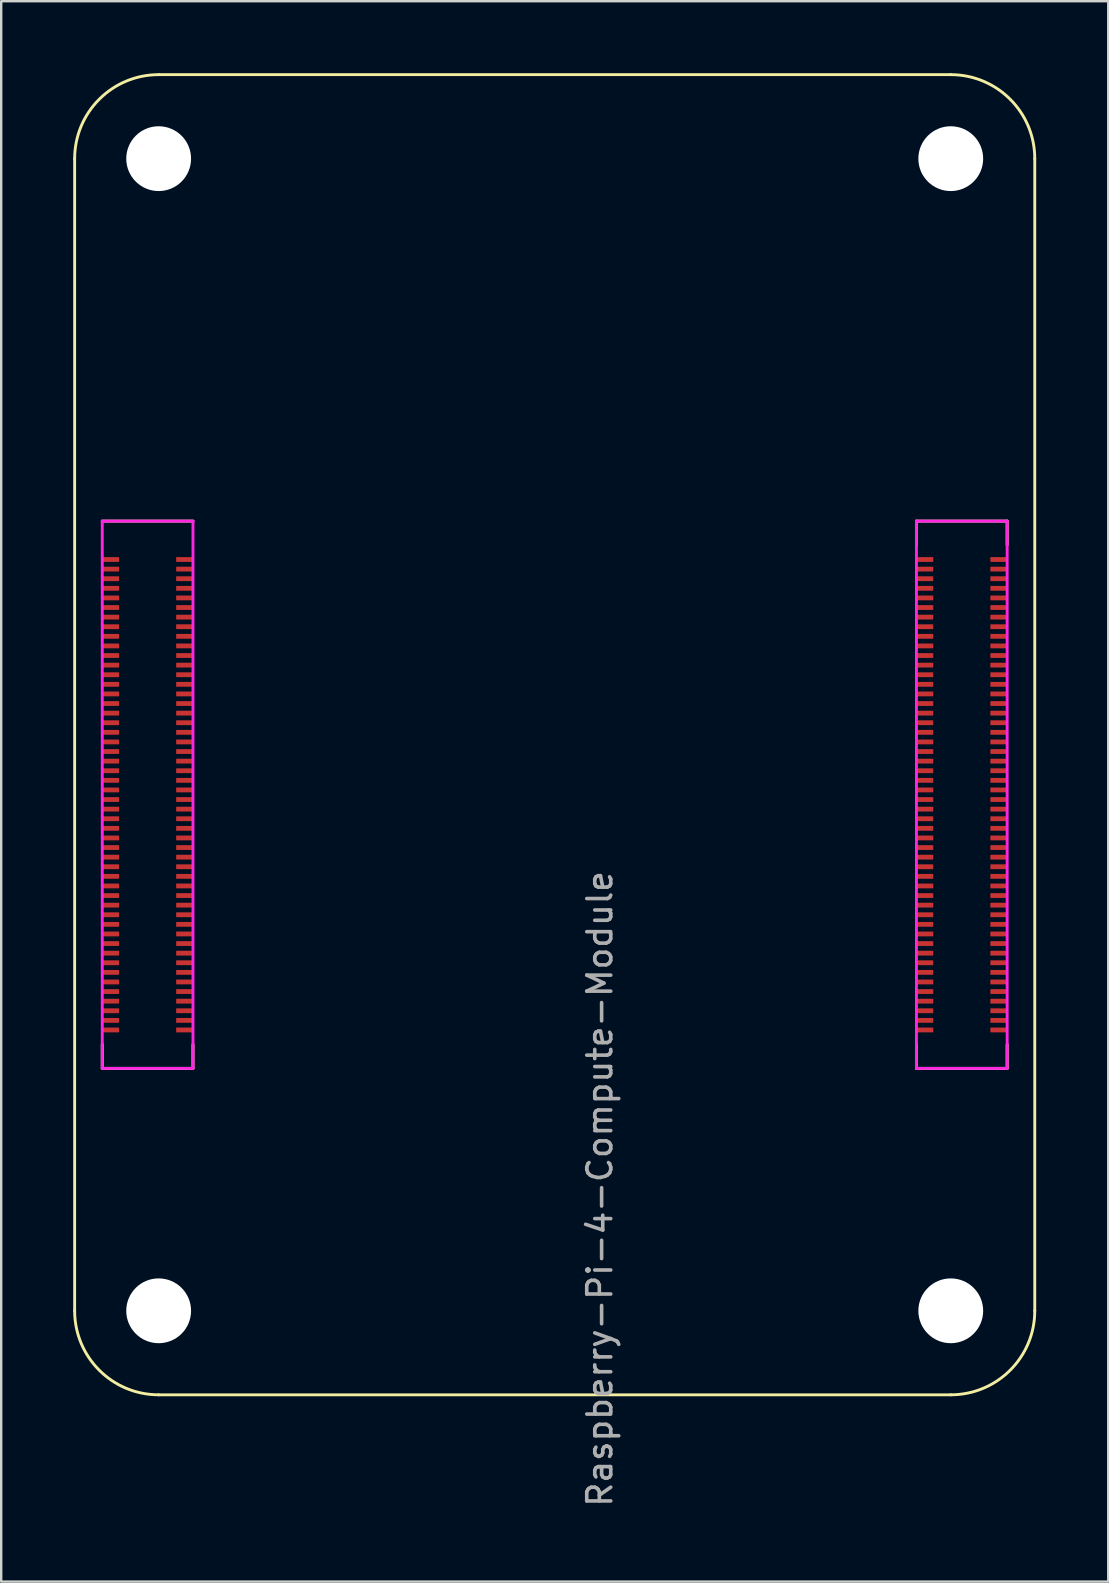
<source format=kicad_pcb>
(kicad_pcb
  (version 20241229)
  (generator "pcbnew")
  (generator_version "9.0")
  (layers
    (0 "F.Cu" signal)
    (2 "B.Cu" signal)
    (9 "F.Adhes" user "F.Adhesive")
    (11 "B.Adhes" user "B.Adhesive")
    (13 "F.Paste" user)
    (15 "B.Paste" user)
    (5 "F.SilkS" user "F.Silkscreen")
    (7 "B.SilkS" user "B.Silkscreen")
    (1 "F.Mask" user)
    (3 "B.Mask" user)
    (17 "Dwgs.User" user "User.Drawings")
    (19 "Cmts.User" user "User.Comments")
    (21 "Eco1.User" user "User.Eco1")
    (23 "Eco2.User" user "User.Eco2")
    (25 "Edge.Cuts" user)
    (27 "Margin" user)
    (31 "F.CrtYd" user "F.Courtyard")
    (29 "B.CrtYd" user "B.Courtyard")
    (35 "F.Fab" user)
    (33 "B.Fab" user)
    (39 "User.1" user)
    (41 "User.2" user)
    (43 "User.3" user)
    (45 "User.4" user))
  (footprint "Raspberry-Pi-4-Compute-Module"
    (layer "F.Cu")
    (at 3.56 51.56)
    (property "Reference" "Raspberry-Pi-4-Compute-Module" (at 18.38 -5.08 270) (layer "F.Fab") (effects (font (size 1 1) (thickness 0.15))))
    (attr smd)
    (fp_line (start -3.5 -48) (end -3.5 0) (stroke (width 0.12) (type solid)) (layer "F.SilkS"))
    (fp_line (start -2.35 -32.9) (end 1.43 -32.9) (stroke (width 0.12) (type solid)) (layer "F.SilkS"))
    (fp_line (start -2.35 -10.1) (end -2.35 -11.1) (stroke (width 0.12) (type solid)) (layer "F.SilkS"))
    (fp_line (start -2.35 -10.1) (end 1.43 -10.1) (stroke (width 0.12) (type solid)) (layer "F.SilkS"))
    (fp_line (start 0 3.5) (end 33 3.5) (stroke (width 0.12) (type solid)) (layer "F.SilkS"))
    (fp_line (start 1.43 -10.1) (end 1.43 -11.1) (stroke (width 0.12) (type solid)) (layer "F.SilkS"))
    (fp_line (start 31.57 -32.9) (end 31.57 -31.9) (stroke (width 0.12) (type solid)) (layer "F.SilkS"))
    (fp_line (start 31.57 -32.9) (end 35.35 -32.9) (stroke (width 0.12) (type solid)) (layer "F.SilkS"))
    (fp_line (start 31.57 -10.1) (end 31.57 -11.1) (stroke (width 0.12) (type solid)) (layer "F.SilkS"))
    (fp_line (start 31.57 -10.1) (end 35.35 -10.1) (stroke (width 0.12) (type solid)) (layer "F.SilkS"))
    (fp_line (start 33 -51.5) (end 0 -51.5) (stroke (width 0.12) (type solid)) (layer "F.SilkS"))
    (fp_line (start 35.35 -32.9) (end 35.35 -31.9) (stroke (width 0.12) (type solid)) (layer "F.SilkS"))
    (fp_line (start 35.35 -10.1) (end 35.35 -11.1) (stroke (width 0.12) (type solid)) (layer "F.SilkS"))
    (fp_line (start 36.5 0) (end 36.5 -48) (stroke (width 0.12) (type solid)) (layer "F.SilkS"))
    (fp_arc (start -3.5 -48) (mid -2.474874 -50.474874) (end 0 -51.5) (stroke (width 0.12) (type solid)) (layer "F.SilkS"))
    (fp_arc (start 0 3.5) (mid -2.474874 2.474874) (end -3.5 0) (stroke (width 0.12) (type solid)) (layer "F.SilkS"))
    (fp_arc (start 33 -51.5) (mid 35.474874 -50.474874) (end 36.5 -48) (stroke (width 0.12) (type solid)) (layer "F.SilkS"))
    (fp_arc (start 36.5 0) (mid 35.474874 2.474874) (end 33 3.5) (stroke (width 0.12) (type solid)) (layer "F.SilkS"))
    (fp_line (start -2.35 -32.9) (end 1.43 -32.9) (stroke (width 0.12) (type solid)) (layer "F.CrtYd"))
    (fp_line (start -2.35 -10.1) (end -2.35 -32.9) (stroke (width 0.12) (type solid)) (layer "F.CrtYd"))
    (fp_line (start 1.43 -32.9) (end 1.43 -10.1) (stroke (width 0.12) (type solid)) (layer "F.CrtYd"))
    (fp_line (start 1.43 -10.1) (end -2.35 -10.1) (stroke (width 0.12) (type solid)) (layer "F.CrtYd"))
    (fp_line (start 31.57 -32.9) (end 35.35 -32.9) (stroke (width 0.12) (type solid)) (layer "F.CrtYd"))
    (fp_line (start 31.57 -10.1) (end 31.57 -32.9) (stroke (width 0.12) (type solid)) (layer "F.CrtYd"))
    (fp_line (start 35.35 -32.9) (end 35.35 -10.1) (stroke (width 0.12) (type solid)) (layer "F.CrtYd"))
    (fp_line (start 35.35 -10.1) (end 31.57 -10.1) (stroke (width 0.12) (type solid)) (layer "F.CrtYd"))
    (pad "" np_thru_hole circle (at 0 -48) (size 2.7 2.7) (drill 2.7) (layers "*.Cu" "*.Mask"))
    (pad "" np_thru_hole circle (at 0 0) (size 2.7 2.7) (drill 2.7) (layers "*.Cu" "*.Mask"))
    (pad "" np_thru_hole circle (at 33 -48) (size 2.7 2.7) (drill 2.7) (layers "*.Cu" "*.Mask"))
    (pad "" np_thru_hole circle (at 33 0) (size 2.7 2.7) (drill 2.7) (layers "*.Cu" "*.Mask"))
    (pad "1" smd rect (at -2 -31.3 270) (size 0.2 0.7) (layers "F.Cu" "F.Mask" "F.Paste"))
    (pad "2" smd rect (at 1.08 -31.3 270) (size 0.2 0.7) (layers "F.Cu" "F.Mask" "F.Paste"))
    (pad "3" smd rect (at -2 -30.9 270) (size 0.2 0.7) (layers "F.Cu" "F.Mask" "F.Paste"))
    (pad "4" smd rect (at 1.08 -30.9 270) (size 0.2 0.7) (layers "F.Cu" "F.Mask" "F.Paste"))
    (pad "5" smd rect (at -2 -30.5 270) (size 0.2 0.7) (layers "F.Cu" "F.Mask" "F.Paste"))
    (pad "6" smd rect (at 1.08 -30.5 270) (size 0.2 0.7) (layers "F.Cu" "F.Mask" "F.Paste"))
    (pad "7" smd rect (at -2 -30.1 270) (size 0.2 0.7) (layers "F.Cu" "F.Mask" "F.Paste"))
    (pad "8" smd rect (at 1.08 -30.1 270) (size 0.2 0.7) (layers "F.Cu" "F.Mask" "F.Paste"))
    (pad "9" smd rect (at -2 -29.7 270) (size 0.2 0.7) (layers "F.Cu" "F.Mask" "F.Paste"))
    (pad "10" smd rect (at 1.08 -29.7 270) (size 0.2 0.7) (layers "F.Cu" "F.Mask" "F.Paste"))
    (pad "11" smd rect (at -2 -29.3 270) (size 0.2 0.7) (layers "F.Cu" "F.Mask" "F.Paste"))
    (pad "12" smd rect (at 1.08 -29.3 270) (size 0.2 0.7) (layers "F.Cu" "F.Mask" "F.Paste"))
    (pad "13" smd rect (at -2 -28.9 270) (size 0.2 0.7) (layers "F.Cu" "F.Mask" "F.Paste"))
    (pad "14" smd rect (at 1.08 -28.9 270) (size 0.2 0.7) (layers "F.Cu" "F.Mask" "F.Paste"))
    (pad "15" smd rect (at -2 -28.5 270) (size 0.2 0.7) (layers "F.Cu" "F.Mask" "F.Paste"))
    (pad "16" smd rect (at 1.08 -28.5 270) (size 0.2 0.7) (layers "F.Cu" "F.Mask" "F.Paste"))
    (pad "17" smd rect (at -2 -28.1 270) (size 0.2 0.7) (layers "F.Cu" "F.Mask" "F.Paste"))
    (pad "18" smd rect (at 1.08 -28.1 270) (size 0.2 0.7) (layers "F.Cu" "F.Mask" "F.Paste"))
    (pad "19" smd rect (at -2 -27.7 270) (size 0.2 0.7) (layers "F.Cu" "F.Mask" "F.Paste"))
    (pad "20" smd rect (at 1.08 -27.7 270) (size 0.2 0.7) (layers "F.Cu" "F.Mask" "F.Paste"))
    (pad "21" smd rect (at -2 -27.3 270) (size 0.2 0.7) (layers "F.Cu" "F.Mask" "F.Paste"))
    (pad "22" smd rect (at 1.08 -27.3 270) (size 0.2 0.7) (layers "F.Cu" "F.Mask" "F.Paste"))
    (pad "23" smd rect (at -2 -26.9 270) (size 0.2 0.7) (layers "F.Cu" "F.Mask" "F.Paste"))
    (pad "24" smd rect (at 1.08 -26.9 270) (size 0.2 0.7) (layers "F.Cu" "F.Mask" "F.Paste"))
    (pad "25" smd rect (at -2 -26.5 270) (size 0.2 0.7) (layers "F.Cu" "F.Mask" "F.Paste"))
    (pad "26" smd rect (at 1.08 -26.5 270) (size 0.2 0.7) (layers "F.Cu" "F.Mask" "F.Paste"))
    (pad "27" smd rect (at -2 -26.1 270) (size 0.2 0.7) (layers "F.Cu" "F.Mask" "F.Paste"))
    (pad "28" smd rect (at 1.08 -26.1 270) (size 0.2 0.7) (layers "F.Cu" "F.Mask" "F.Paste"))
    (pad "29" smd rect (at -2 -25.7 270) (size 0.2 0.7) (layers "F.Cu" "F.Mask" "F.Paste"))
    (pad "30" smd rect (at 1.08 -25.7 270) (size 0.2 0.7) (layers "F.Cu" "F.Mask" "F.Paste"))
    (pad "31" smd rect (at -2 -25.3 270) (size 0.2 0.7) (layers "F.Cu" "F.Mask" "F.Paste"))
    (pad "32" smd rect (at 1.08 -25.3 270) (size 0.2 0.7) (layers "F.Cu" "F.Mask" "F.Paste"))
    (pad "33" smd rect (at -2 -24.9 270) (size 0.2 0.7) (layers "F.Cu" "F.Mask" "F.Paste"))
    (pad "34" smd rect (at 1.08 -24.9 270) (size 0.2 0.7) (layers "F.Cu" "F.Mask" "F.Paste"))
    (pad "35" smd rect (at -2 -24.5 270) (size 0.2 0.7) (layers "F.Cu" "F.Mask" "F.Paste"))
    (pad "36" smd rect (at 1.08 -24.5 270) (size 0.2 0.7) (layers "F.Cu" "F.Mask" "F.Paste"))
    (pad "37" smd rect (at -2 -24.1 270) (size 0.2 0.7) (layers "F.Cu" "F.Mask" "F.Paste"))
    (pad "38" smd rect (at 1.08 -24.1 270) (size 0.2 0.7) (layers "F.Cu" "F.Mask" "F.Paste"))
    (pad "39" smd rect (at -2 -23.7 270) (size 0.2 0.7) (layers "F.Cu" "F.Mask" "F.Paste"))
    (pad "40" smd rect (at 1.08 -23.7 270) (size 0.2 0.7) (layers "F.Cu" "F.Mask" "F.Paste"))
    (pad "41" smd rect (at -2 -23.3 270) (size 0.2 0.7) (layers "F.Cu" "F.Mask" "F.Paste"))
    (pad "42" smd rect (at 1.08 -23.3 270) (size 0.2 0.7) (layers "F.Cu" "F.Mask" "F.Paste"))
    (pad "43" smd rect (at -2 -22.9 270) (size 0.2 0.7) (layers "F.Cu" "F.Mask" "F.Paste"))
    (pad "44" smd rect (at 1.08 -22.9 270) (size 0.2 0.7) (layers "F.Cu" "F.Mask" "F.Paste"))
    (pad "45" smd rect (at -2 -22.5 270) (size 0.2 0.7) (layers "F.Cu" "F.Mask" "F.Paste"))
    (pad "46" smd rect (at 1.08 -22.5 270) (size 0.2 0.7) (layers "F.Cu" "F.Mask" "F.Paste"))
    (pad "47" smd rect (at -2 -22.1 270) (size 0.2 0.7) (layers "F.Cu" "F.Mask" "F.Paste"))
    (pad "48" smd rect (at 1.08 -22.1 270) (size 0.2 0.7) (layers "F.Cu" "F.Mask" "F.Paste"))
    (pad "49" smd rect (at -2 -21.7 270) (size 0.2 0.7) (layers "F.Cu" "F.Mask" "F.Paste"))
    (pad "50" smd rect (at 1.08 -21.7 270) (size 0.2 0.7) (layers "F.Cu" "F.Mask" "F.Paste"))
    (pad "51" smd rect (at -2 -21.3 270) (size 0.2 0.7) (layers "F.Cu" "F.Mask" "F.Paste"))
    (pad "52" smd rect (at 1.08 -21.3 270) (size 0.2 0.7) (layers "F.Cu" "F.Mask" "F.Paste"))
    (pad "53" smd rect (at -2 -20.9 270) (size 0.2 0.7) (layers "F.Cu" "F.Mask" "F.Paste"))
    (pad "54" smd rect (at 1.08 -20.9 270) (size 0.2 0.7) (layers "F.Cu" "F.Mask" "F.Paste"))
    (pad "55" smd rect (at -2 -20.5 270) (size 0.2 0.7) (layers "F.Cu" "F.Mask" "F.Paste"))
    (pad "56" smd rect (at 1.08 -20.5 270) (size 0.2 0.7) (layers "F.Cu" "F.Mask" "F.Paste"))
    (pad "57" smd rect (at -2 -20.1 270) (size 0.2 0.7) (layers "F.Cu" "F.Mask" "F.Paste"))
    (pad "58" smd rect (at 1.08 -20.1 270) (size 0.2 0.7) (layers "F.Cu" "F.Mask" "F.Paste"))
    (pad "59" smd rect (at -2 -19.7 270) (size 0.2 0.7) (layers "F.Cu" "F.Mask" "F.Paste"))
    (pad "60" smd rect (at 1.08 -19.7 270) (size 0.2 0.7) (layers "F.Cu" "F.Mask" "F.Paste"))
    (pad "61" smd rect (at -2 -19.3 270) (size 0.2 0.7) (layers "F.Cu" "F.Mask" "F.Paste"))
    (pad "62" smd rect (at 1.08 -19.3 270) (size 0.2 0.7) (layers "F.Cu" "F.Mask" "F.Paste"))
    (pad "63" smd rect (at -2 -18.9 270) (size 0.2 0.7) (layers "F.Cu" "F.Mask" "F.Paste"))
    (pad "64" smd rect (at 1.08 -18.9 270) (size 0.2 0.7) (layers "F.Cu" "F.Mask" "F.Paste"))
    (pad "65" smd rect (at -2 -18.5 270) (size 0.2 0.7) (layers "F.Cu" "F.Mask" "F.Paste"))
    (pad "66" smd rect (at 1.08 -18.5 270) (size 0.2 0.7) (layers "F.Cu" "F.Mask" "F.Paste"))
    (pad "67" smd rect (at -2 -18.1 270) (size 0.2 0.7) (layers "F.Cu" "F.Mask" "F.Paste"))
    (pad "68" smd rect (at 1.08 -18.1 270) (size 0.2 0.7) (layers "F.Cu" "F.Mask" "F.Paste"))
    (pad "69" smd rect (at -2 -17.7 270) (size 0.2 0.7) (layers "F.Cu" "F.Mask" "F.Paste"))
    (pad "70" smd rect (at 1.08 -17.7 270) (size 0.2 0.7) (layers "F.Cu" "F.Mask" "F.Paste"))
    (pad "71" smd rect (at -2 -17.3 270) (size 0.2 0.7) (layers "F.Cu" "F.Mask" "F.Paste"))
    (pad "72" smd rect (at 1.08 -17.3 270) (size 0.2 0.7) (layers "F.Cu" "F.Mask" "F.Paste"))
    (pad "73" smd rect (at -2 -16.9 270) (size 0.2 0.7) (layers "F.Cu" "F.Mask" "F.Paste"))
    (pad "74" smd rect (at 1.08 -16.9 270) (size 0.2 0.7) (layers "F.Cu" "F.Mask" "F.Paste"))
    (pad "75" smd rect (at -2 -16.5 270) (size 0.2 0.7) (layers "F.Cu" "F.Mask" "F.Paste"))
    (pad "76" smd rect (at 1.08 -16.5 270) (size 0.2 0.7) (layers "F.Cu" "F.Mask" "F.Paste"))
    (pad "77" smd rect (at -2 -16.1 270) (size 0.2 0.7) (layers "F.Cu" "F.Mask" "F.Paste"))
    (pad "78" smd rect (at 1.08 -16.1 270) (size 0.2 0.7) (layers "F.Cu" "F.Mask" "F.Paste"))
    (pad "79" smd rect (at -2 -15.7 270) (size 0.2 0.7) (layers "F.Cu" "F.Mask" "F.Paste"))
    (pad "80" smd rect (at 1.08 -15.7 270) (size 0.2 0.7) (layers "F.Cu" "F.Mask" "F.Paste"))
    (pad "81" smd rect (at -2 -15.3 270) (size 0.2 0.7) (layers "F.Cu" "F.Mask" "F.Paste"))
    (pad "82" smd rect (at 1.08 -15.3 270) (size 0.2 0.7) (layers "F.Cu" "F.Mask" "F.Paste"))
    (pad "83" smd rect (at -2 -14.9 270) (size 0.2 0.7) (layers "F.Cu" "F.Mask" "F.Paste"))
    (pad "84" smd rect (at 1.08 -14.9 270) (size 0.2 0.7) (layers "F.Cu" "F.Mask" "F.Paste"))
    (pad "85" smd rect (at -2 -14.5 270) (size 0.2 0.7) (layers "F.Cu" "F.Mask" "F.Paste"))
    (pad "86" smd rect (at 1.08 -14.5 270) (size 0.2 0.7) (layers "F.Cu" "F.Mask" "F.Paste"))
    (pad "87" smd rect (at -2 -14.1 270) (size 0.2 0.7) (layers "F.Cu" "F.Mask" "F.Paste"))
    (pad "88" smd rect (at 1.08 -14.1 270) (size 0.2 0.7) (layers "F.Cu" "F.Mask" "F.Paste"))
    (pad "89" smd rect (at -2 -13.7 270) (size 0.2 0.7) (layers "F.Cu" "F.Mask" "F.Paste"))
    (pad "90" smd rect (at 1.08 -13.7 270) (size 0.2 0.7) (layers "F.Cu" "F.Mask" "F.Paste"))
    (pad "91" smd rect (at -2 -13.3 270) (size 0.2 0.7) (layers "F.Cu" "F.Mask" "F.Paste"))
    (pad "92" smd rect (at 1.08 -13.3 270) (size 0.2 0.7) (layers "F.Cu" "F.Mask" "F.Paste"))
    (pad "93" smd rect (at -2 -12.9 270) (size 0.2 0.7) (layers "F.Cu" "F.Mask" "F.Paste"))
    (pad "94" smd rect (at 1.08 -12.9 270) (size 0.2 0.7) (layers "F.Cu" "F.Mask" "F.Paste"))
    (pad "95" smd rect (at -2 -12.5 270) (size 0.2 0.7) (layers "F.Cu" "F.Mask" "F.Paste"))
    (pad "96" smd rect (at 1.08 -12.5 270) (size 0.2 0.7) (layers "F.Cu" "F.Mask" "F.Paste"))
    (pad "97" smd rect (at -2 -12.1 270) (size 0.2 0.7) (layers "F.Cu" "F.Mask" "F.Paste"))
    (pad "98" smd rect (at 1.08 -12.1 270) (size 0.2 0.7) (layers "F.Cu" "F.Mask" "F.Paste"))
    (pad "99" smd rect (at -2 -11.7 270) (size 0.2 0.7) (layers "F.Cu" "F.Mask" "F.Paste"))
    (pad "100" smd rect (at 1.08 -11.7 270) (size 0.2 0.7) (layers "F.Cu" "F.Mask" "F.Paste"))
    (pad "101" smd rect (at 31.92 -31.3 270) (size 0.2 0.7) (layers "F.Cu" "F.Mask" "F.Paste"))
    (pad "102" smd rect (at 35 -31.3 270) (size 0.2 0.7) (layers "F.Cu" "F.Mask" "F.Paste"))
    (pad "103" smd rect (at 31.92 -30.9 270) (size 0.2 0.7) (layers "F.Cu" "F.Mask" "F.Paste"))
    (pad "104" smd rect (at 35 -30.9 270) (size 0.2 0.7) (layers "F.Cu" "F.Mask" "F.Paste"))
    (pad "105" smd rect (at 31.92 -30.5 270) (size 0.2 0.7) (layers "F.Cu" "F.Mask" "F.Paste"))
    (pad "106" smd rect (at 35 -30.5 270) (size 0.2 0.7) (layers "F.Cu" "F.Mask" "F.Paste"))
    (pad "107" smd rect (at 31.92 -30.1 270) (size 0.2 0.7) (layers "F.Cu" "F.Mask" "F.Paste"))
    (pad "108" smd rect (at 35 -30.1 270) (size 0.2 0.7) (layers "F.Cu" "F.Mask" "F.Paste"))
    (pad "109" smd rect (at 31.92 -29.7 270) (size 0.2 0.7) (layers "F.Cu" "F.Mask" "F.Paste"))
    (pad "110" smd rect (at 35 -29.7 270) (size 0.2 0.7) (layers "F.Cu" "F.Mask" "F.Paste"))
    (pad "111" smd rect (at 31.92 -29.3 270) (size 0.2 0.7) (layers "F.Cu" "F.Mask" "F.Paste"))
    (pad "112" smd rect (at 35 -29.3 270) (size 0.2 0.7) (layers "F.Cu" "F.Mask" "F.Paste"))
    (pad "113" smd rect (at 31.92 -28.9 270) (size 0.2 0.7) (layers "F.Cu" "F.Mask" "F.Paste"))
    (pad "114" smd rect (at 35 -28.9 270) (size 0.2 0.7) (layers "F.Cu" "F.Mask" "F.Paste"))
    (pad "115" smd rect (at 31.92 -28.5 270) (size 0.2 0.7) (layers "F.Cu" "F.Mask" "F.Paste"))
    (pad "116" smd rect (at 35 -28.5 270) (size 0.2 0.7) (layers "F.Cu" "F.Mask" "F.Paste"))
    (pad "117" smd rect (at 31.92 -28.1 270) (size 0.2 0.7) (layers "F.Cu" "F.Mask" "F.Paste"))
    (pad "118" smd rect (at 35 -28.1 270) (size 0.2 0.7) (layers "F.Cu" "F.Mask" "F.Paste"))
    (pad "119" smd rect (at 31.92 -27.7 270) (size 0.2 0.7) (layers "F.Cu" "F.Mask" "F.Paste"))
    (pad "120" smd rect (at 35 -27.7 270) (size 0.2 0.7) (layers "F.Cu" "F.Mask" "F.Paste"))
    (pad "121" smd rect (at 31.92 -27.3 270) (size 0.2 0.7) (layers "F.Cu" "F.Mask" "F.Paste"))
    (pad "122" smd rect (at 35 -27.3 270) (size 0.2 0.7) (layers "F.Cu" "F.Mask" "F.Paste"))
    (pad "123" smd rect (at 31.92 -26.9 270) (size 0.2 0.7) (layers "F.Cu" "F.Mask" "F.Paste"))
    (pad "124" smd rect (at 35 -26.9 270) (size 0.2 0.7) (layers "F.Cu" "F.Mask" "F.Paste"))
    (pad "125" smd rect (at 31.92 -26.5 270) (size 0.2 0.7) (layers "F.Cu" "F.Mask" "F.Paste"))
    (pad "126" smd rect (at 35 -26.5 270) (size 0.2 0.7) (layers "F.Cu" "F.Mask" "F.Paste"))
    (pad "127" smd rect (at 31.92 -26.1 270) (size 0.2 0.7) (layers "F.Cu" "F.Mask" "F.Paste"))
    (pad "128" smd rect (at 35 -26.1 270) (size 0.2 0.7) (layers "F.Cu" "F.Mask" "F.Paste"))
    (pad "129" smd rect (at 31.92 -25.7 270) (size 0.2 0.7) (layers "F.Cu" "F.Mask" "F.Paste"))
    (pad "130" smd rect (at 35 -25.7 270) (size 0.2 0.7) (layers "F.Cu" "F.Mask" "F.Paste"))
    (pad "131" smd rect (at 31.92 -25.3 270) (size 0.2 0.7) (layers "F.Cu" "F.Mask" "F.Paste"))
    (pad "132" smd rect (at 35 -25.3 270) (size 0.2 0.7) (layers "F.Cu" "F.Mask" "F.Paste"))
    (pad "133" smd rect (at 31.92 -24.9 270) (size 0.2 0.7) (layers "F.Cu" "F.Mask" "F.Paste"))
    (pad "134" smd rect (at 35 -24.9 270) (size 0.2 0.7) (layers "F.Cu" "F.Mask" "F.Paste"))
    (pad "135" smd rect (at 31.92 -24.5 270) (size 0.2 0.7) (layers "F.Cu" "F.Mask" "F.Paste"))
    (pad "136" smd rect (at 35 -24.5 270) (size 0.2 0.7) (layers "F.Cu" "F.Mask" "F.Paste"))
    (pad "137" smd rect (at 31.92 -24.1 270) (size 0.2 0.7) (layers "F.Cu" "F.Mask" "F.Paste"))
    (pad "138" smd rect (at 35 -24.1 270) (size 0.2 0.7) (layers "F.Cu" "F.Mask" "F.Paste"))
    (pad "139" smd rect (at 31.92 -23.7 270) (size 0.2 0.7) (layers "F.Cu" "F.Mask" "F.Paste"))
    (pad "140" smd rect (at 35 -23.7 270) (size 0.2 0.7) (layers "F.Cu" "F.Mask" "F.Paste"))
    (pad "141" smd rect (at 31.92 -23.3 270) (size 0.2 0.7) (layers "F.Cu" "F.Mask" "F.Paste"))
    (pad "142" smd rect (at 35 -23.3 270) (size 0.2 0.7) (layers "F.Cu" "F.Mask" "F.Paste"))
    (pad "143" smd rect (at 31.92 -22.9 270) (size 0.2 0.7) (layers "F.Cu" "F.Mask" "F.Paste"))
    (pad "144" smd rect (at 35 -22.9 270) (size 0.2 0.7) (layers "F.Cu" "F.Mask" "F.Paste"))
    (pad "145" smd rect (at 31.92 -22.5 270) (size 0.2 0.7) (layers "F.Cu" "F.Mask" "F.Paste"))
    (pad "146" smd rect (at 35 -22.5 270) (size 0.2 0.7) (layers "F.Cu" "F.Mask" "F.Paste"))
    (pad "147" smd rect (at 31.92 -22.1 270) (size 0.2 0.7) (layers "F.Cu" "F.Mask" "F.Paste"))
    (pad "148" smd rect (at 35 -22.1 270) (size 0.2 0.7) (layers "F.Cu" "F.Mask" "F.Paste"))
    (pad "149" smd rect (at 31.92 -21.7 270) (size 0.2 0.7) (layers "F.Cu" "F.Mask" "F.Paste"))
    (pad "150" smd rect (at 35 -21.7 270) (size 0.2 0.7) (layers "F.Cu" "F.Mask" "F.Paste"))
    (pad "151" smd rect (at 31.92 -21.3 270) (size 0.2 0.7) (layers "F.Cu" "F.Mask" "F.Paste"))
    (pad "152" smd rect (at 35 -21.3 270) (size 0.2 0.7) (layers "F.Cu" "F.Mask" "F.Paste"))
    (pad "153" smd rect (at 31.92 -20.9 270) (size 0.2 0.7) (layers "F.Cu" "F.Mask" "F.Paste"))
    (pad "154" smd rect (at 35 -20.9 270) (size 0.2 0.7) (layers "F.Cu" "F.Mask" "F.Paste"))
    (pad "155" smd rect (at 31.92 -20.5 270) (size 0.2 0.7) (layers "F.Cu" "F.Mask" "F.Paste"))
    (pad "156" smd rect (at 35 -20.5 270) (size 0.2 0.7) (layers "F.Cu" "F.Mask" "F.Paste"))
    (pad "157" smd rect (at 31.92 -20.1 270) (size 0.2 0.7) (layers "F.Cu" "F.Mask" "F.Paste"))
    (pad "158" smd rect (at 35 -20.1 270) (size 0.2 0.7) (layers "F.Cu" "F.Mask" "F.Paste"))
    (pad "159" smd rect (at 31.92 -19.7 270) (size 0.2 0.7) (layers "F.Cu" "F.Mask" "F.Paste"))
    (pad "160" smd rect (at 35 -19.7 270) (size 0.2 0.7) (layers "F.Cu" "F.Mask" "F.Paste"))
    (pad "161" smd rect (at 31.92 -19.3 270) (size 0.2 0.7) (layers "F.Cu" "F.Mask" "F.Paste"))
    (pad "162" smd rect (at 35 -19.3 270) (size 0.2 0.7) (layers "F.Cu" "F.Mask" "F.Paste"))
    (pad "163" smd rect (at 31.92 -18.9 270) (size 0.2 0.7) (layers "F.Cu" "F.Mask" "F.Paste"))
    (pad "164" smd rect (at 35 -18.9 270) (size 0.2 0.7) (layers "F.Cu" "F.Mask" "F.Paste"))
    (pad "165" smd rect (at 31.92 -18.5 270) (size 0.2 0.7) (layers "F.Cu" "F.Mask" "F.Paste"))
    (pad "166" smd rect (at 35 -18.5 270) (size 0.2 0.7) (layers "F.Cu" "F.Mask" "F.Paste"))
    (pad "167" smd rect (at 31.92 -18.1 270) (size 0.2 0.7) (layers "F.Cu" "F.Mask" "F.Paste"))
    (pad "168" smd rect (at 35 -18.1 270) (size 0.2 0.7) (layers "F.Cu" "F.Mask" "F.Paste"))
    (pad "169" smd rect (at 31.92 -17.7 270) (size 0.2 0.7) (layers "F.Cu" "F.Mask" "F.Paste"))
    (pad "170" smd rect (at 35 -17.7 270) (size 0.2 0.7) (layers "F.Cu" "F.Mask" "F.Paste"))
    (pad "171" smd rect (at 31.92 -17.3 270) (size 0.2 0.7) (layers "F.Cu" "F.Mask" "F.Paste"))
    (pad "172" smd rect (at 35 -17.3 270) (size 0.2 0.7) (layers "F.Cu" "F.Mask" "F.Paste"))
    (pad "173" smd rect (at 31.92 -16.9 270) (size 0.2 0.7) (layers "F.Cu" "F.Mask" "F.Paste"))
    (pad "174" smd rect (at 35 -16.9 270) (size 0.2 0.7) (layers "F.Cu" "F.Mask" "F.Paste"))
    (pad "175" smd rect (at 31.92 -16.5 270) (size 0.2 0.7) (layers "F.Cu" "F.Mask" "F.Paste"))
    (pad "176" smd rect (at 35 -16.5 270) (size 0.2 0.7) (layers "F.Cu" "F.Mask" "F.Paste"))
    (pad "177" smd rect (at 31.92 -16.1 270) (size 0.2 0.7) (layers "F.Cu" "F.Mask" "F.Paste"))
    (pad "178" smd rect (at 35 -16.1 270) (size 0.2 0.7) (layers "F.Cu" "F.Mask" "F.Paste"))
    (pad "179" smd rect (at 31.92 -15.7 270) (size 0.2 0.7) (layers "F.Cu" "F.Mask" "F.Paste"))
    (pad "180" smd rect (at 35 -15.7 270) (size 0.2 0.7) (layers "F.Cu" "F.Mask" "F.Paste"))
    (pad "181" smd rect (at 31.92 -15.3 270) (size 0.2 0.7) (layers "F.Cu" "F.Mask" "F.Paste"))
    (pad "182" smd rect (at 35 -15.3 270) (size 0.2 0.7) (layers "F.Cu" "F.Mask" "F.Paste"))
    (pad "183" smd rect (at 31.92 -14.9 270) (size 0.2 0.7) (layers "F.Cu" "F.Mask" "F.Paste"))
    (pad "184" smd rect (at 35 -14.9 270) (size 0.2 0.7) (layers "F.Cu" "F.Mask" "F.Paste"))
    (pad "185" smd rect (at 31.92 -14.5 270) (size 0.2 0.7) (layers "F.Cu" "F.Mask" "F.Paste"))
    (pad "186" smd rect (at 35 -14.5 270) (size 0.2 0.7) (layers "F.Cu" "F.Mask" "F.Paste"))
    (pad "187" smd rect (at 31.92 -14.1 270) (size 0.2 0.7) (layers "F.Cu" "F.Mask" "F.Paste"))
    (pad "188" smd rect (at 35 -14.1 270) (size 0.2 0.7) (layers "F.Cu" "F.Mask" "F.Paste"))
    (pad "189" smd rect (at 31.92 -13.7 270) (size 0.2 0.7) (layers "F.Cu" "F.Mask" "F.Paste"))
    (pad "190" smd rect (at 35 -13.7 270) (size 0.2 0.7) (layers "F.Cu" "F.Mask" "F.Paste"))
    (pad "191" smd rect (at 31.92 -13.3 270) (size 0.2 0.7) (layers "F.Cu" "F.Mask" "F.Paste"))
    (pad "192" smd rect (at 35 -13.3 270) (size 0.2 0.7) (layers "F.Cu" "F.Mask" "F.Paste"))
    (pad "193" smd rect (at 31.92 -12.9 270) (size 0.2 0.7) (layers "F.Cu" "F.Mask" "F.Paste"))
    (pad "194" smd rect (at 35 -12.9 270) (size 0.2 0.7) (layers "F.Cu" "F.Mask" "F.Paste"))
    (pad "195" smd rect (at 31.92 -12.5 270) (size 0.2 0.7) (layers "F.Cu" "F.Mask" "F.Paste"))
    (pad "196" smd rect (at 35 -12.5 270) (size 0.2 0.7) (layers "F.Cu" "F.Mask" "F.Paste"))
    (pad "197" smd rect (at 31.92 -12.1 270) (size 0.2 0.7) (layers "F.Cu" "F.Mask" "F.Paste"))
    (pad "198" smd rect (at 35 -12.1 270) (size 0.2 0.7) (layers "F.Cu" "F.Mask" "F.Paste"))
    (pad "199" smd rect (at 31.92 -11.7 270) (size 0.2 0.7) (layers "F.Cu" "F.Mask" "F.Paste"))
    (pad "200" smd rect (at 35 -11.7 270) (size 0.2 0.7) (layers "F.Cu" "F.Mask" "F.Paste")))
  (gr_rect
    (start -3 -3)
    (end 43.12 62.843)
    (stroke (width 0.1) (type default))
    (fill no)
    (layer "Edge.Cuts")))
</source>
